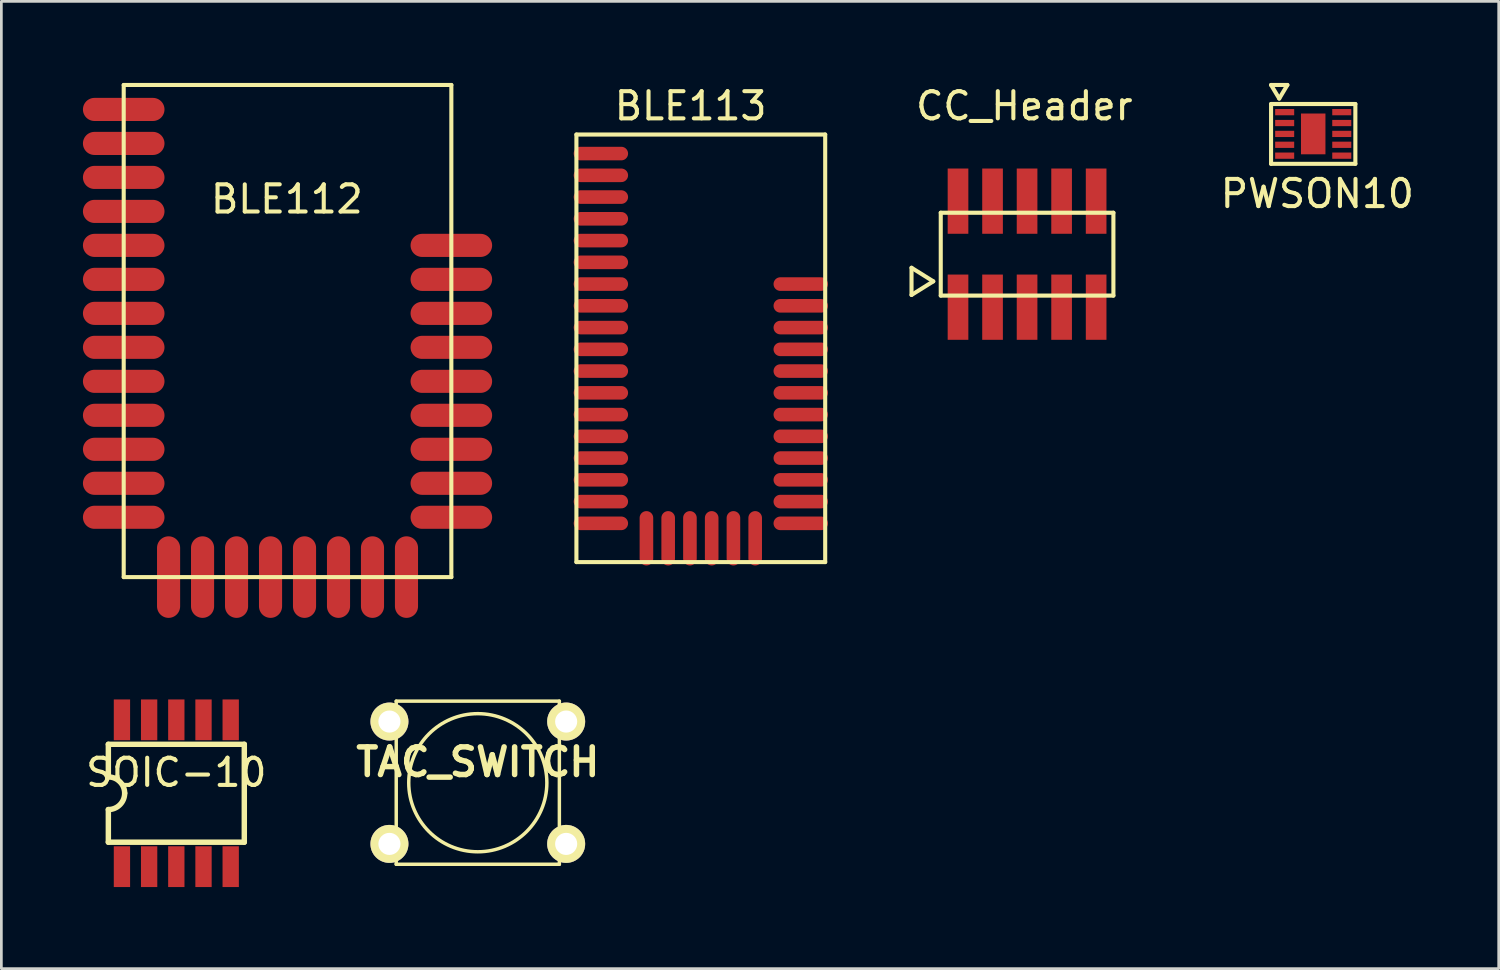
<source format=kicad_pcb>
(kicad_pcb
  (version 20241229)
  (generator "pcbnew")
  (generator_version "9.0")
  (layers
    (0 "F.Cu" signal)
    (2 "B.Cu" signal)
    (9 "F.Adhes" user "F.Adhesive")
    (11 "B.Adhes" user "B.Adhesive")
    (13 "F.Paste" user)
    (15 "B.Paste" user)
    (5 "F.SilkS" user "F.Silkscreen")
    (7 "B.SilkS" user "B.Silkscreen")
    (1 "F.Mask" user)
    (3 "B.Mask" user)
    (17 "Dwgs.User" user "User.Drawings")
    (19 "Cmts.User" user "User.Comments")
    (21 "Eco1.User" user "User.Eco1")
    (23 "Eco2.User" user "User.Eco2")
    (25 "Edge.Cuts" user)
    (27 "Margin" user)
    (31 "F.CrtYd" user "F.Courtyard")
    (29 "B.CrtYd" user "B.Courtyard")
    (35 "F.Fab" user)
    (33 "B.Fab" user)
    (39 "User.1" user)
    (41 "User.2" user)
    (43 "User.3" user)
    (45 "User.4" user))
  (footprint "CC_Header"
    (layer "F.Cu")
    (at 34.725 6.298)
    (property "Reference" "CC_Header" (at -0.1 -5.45 0) (layer "F.SilkS") (effects (font (size 1 1) (thickness 0.15))))
    (attr through_hole)
    (fp_line (start -4.25 0.5) (end -4.25 1.5) (stroke (width 0.15) (type solid)) (layer "F.SilkS"))
    (fp_line (start -4.25 1.5) (end -3.45 1) (stroke (width 0.15) (type solid)) (layer "F.SilkS"))
    (fp_line (start -3.45 1) (end -4.25 0.5) (stroke (width 0.15) (type solid)) (layer "F.SilkS"))
    (fp_line (start -3.175 -1.524) (end 3.175 -1.524) (stroke (width 0.15) (type solid)) (layer "F.SilkS"))
    (fp_line (start -3.175 1.524) (end -3.175 -1.524) (stroke (width 0.15) (type solid)) (layer "F.SilkS"))
    (fp_line (start 3.175 -1.524) (end 3.175 1.524) (stroke (width 0.15) (type solid)) (layer "F.SilkS"))
    (fp_line (start 3.175 1.524) (end -3.175 1.524) (stroke (width 0.15) (type solid)) (layer "F.SilkS"))
    (pad "1" smd rect (at -2.54 1.95) (size 0.76 2.4) (layers "F.Cu" "F.Mask" "F.Paste"))
    (pad "2" smd rect (at -2.54 -1.95) (size 0.76 2.4) (layers "F.Cu" "F.Mask" "F.Paste"))
    (pad "3" smd rect (at -1.27 1.95) (size 0.76 2.4) (layers "F.Cu" "F.Mask" "F.Paste"))
    (pad "4" smd rect (at -1.27 -1.95) (size 0.76 2.4) (layers "F.Cu" "F.Mask" "F.Paste"))
    (pad "5" smd rect (at 0 1.95) (size 0.76 2.4) (layers "F.Cu" "F.Mask" "F.Paste"))
    (pad "6" smd rect (at 0 -1.95) (size 0.76 2.4) (layers "F.Cu" "F.Mask" "F.Paste"))
    (pad "7" smd rect (at 1.27 1.95) (size 0.76 2.4) (layers "F.Cu" "F.Mask" "F.Paste"))
    (pad "8" smd rect (at 1.27 -1.95) (size 0.76 2.4) (layers "F.Cu" "F.Mask" "F.Paste"))
    (pad "9" smd rect (at 2.54 1.95) (size 0.76 2.4) (layers "F.Cu" "F.Mask" "F.Paste"))
    (pad "10" smd rect (at 2.54 -1.95) (size 0.76 2.4) (layers "F.Cu" "F.Mask" "F.Paste")))
  (footprint "TAC_SWITCH"
    (layer "F.Cu")
    (at 14.523 25.738)
    (property "Reference" "TAC_SWITCH" (at 0 -0.762 0) (layer "F.SilkS") (effects (font (size 1.016 1.016) (thickness 0.203))))
    (attr through_hole)
    (fp_line (start -3 -3) (end -3 3) (stroke (width 0.127) (type solid)) (layer "F.SilkS"))
    (fp_line (start -3 -3) (end 3 -3) (stroke (width 0.127) (type solid)) (layer "F.SilkS"))
    (fp_line (start 3 -3) (end 3 3) (stroke (width 0.127) (type solid)) (layer "F.SilkS"))
    (fp_line (start 3 3) (end -3 3) (stroke (width 0.127) (type solid)) (layer "F.SilkS"))
    (fp_circle (center 0 0) (end 0 -2.54) (stroke (width 0.127) (type solid)) (fill no) (layer "F.SilkS"))
    (pad "1" thru_hole circle (at -3.25 -2.25) (size 1.397 1.397) (drill 0.813) (layers "*.Cu" "*.Mask" "F.SilkS"))
    (pad "1" thru_hole circle (at 3.25 -2.25) (size 1.397 1.397) (drill 0.813) (layers "*.Cu" "*.Mask" "F.SilkS"))
    (pad "2" thru_hole circle (at -3.25 2.25) (size 1.397 1.397) (drill 0.813) (layers "*.Cu" "*.Mask" "F.SilkS"))
    (pad "2" thru_hole circle (at 3.25 2.25) (size 1.397 1.397) (drill 0.813) (layers "*.Cu" "*.Mask" "F.SilkS")))
  (footprint "SOIC-10"
    (layer "F.Cu")
    (at 3.435 26.125)
    (property "Reference" "SOIC-10" (at 0 -0.762 0) (layer "F.SilkS") (effects (font (size 1 1) (thickness 0.15))))
    (attr smd)
    (fp_line (start -2.5 -1.8) (end -2.5 -0.6) (stroke (width 0.2) (type solid)) (layer "F.SilkS"))
    (fp_line (start -2.5 -1.8) (end 2.5 -1.8) (stroke (width 0.2) (type solid)) (layer "F.SilkS"))
    (fp_line (start -2.5 0.6) (end -2.5 1.8) (stroke (width 0.2) (type solid)) (layer "F.SilkS"))
    (fp_line (start 2.5 -1.8) (end 2.5 1.8) (stroke (width 0.2) (type solid)) (layer "F.SilkS"))
    (fp_line (start 2.5 1.8) (end -2.5 1.8) (stroke (width 0.2) (type solid)) (layer "F.SilkS"))
    (fp_arc (start -2.5 -0.6) (mid -2.075736 -0.424264) (end -1.9 0) (stroke (width 0.2) (type solid)) (layer "F.SilkS"))
    (fp_arc (start -1.9 0) (mid -2.075736 0.424264) (end -2.5 0.6) (stroke (width 0.2) (type solid)) (layer "F.SilkS"))
    (pad "1" smd rect (at -2 2.7) (size 0.6 1.5) (layers "F.Cu" "F.Mask" "F.Paste"))
    (pad "2" smd rect (at -1 2.7) (size 0.6 1.5) (layers "F.Cu" "F.Mask" "F.Paste"))
    (pad "3" smd rect (at 0 2.7) (size 0.6 1.5) (layers "F.Cu" "F.Mask" "F.Paste"))
    (pad "4" smd rect (at 1 2.7) (size 0.6 1.5) (layers "F.Cu" "F.Mask" "F.Paste"))
    (pad "5" smd rect (at 2 2.7) (size 0.6 1.5) (layers "F.Cu" "F.Mask" "F.Paste"))
    (pad "6" smd rect (at 2 -2.7) (size 0.6 1.5) (layers "F.Cu" "F.Mask" "F.Paste"))
    (pad "7" smd rect (at 1 -2.7) (size 0.6 1.5) (layers "F.Cu" "F.Mask" "F.Paste"))
    (pad "8" smd rect (at 0 -2.7) (size 0.6 1.5) (layers "F.Cu" "F.Mask" "F.Paste"))
    (pad "9" smd rect (at -1 -2.7) (size 0.6 1.5) (layers "F.Cu" "F.Mask" "F.Paste"))
    (pad "10" smd rect (at -2 -2.7) (size 0.6 1.5) (layers "F.Cu" "F.Mask" "F.Paste")))
  (footprint "PWSON10"
    (layer "F.Cu")
    (at 44.199 1.075)
    (property "Reference" "PWSON10" (at 1.2 3 0) (layer "F.SilkS") (effects (font (size 1 1) (thickness 0.15))))
    (attr through_hole)
    (fp_line (start -0.5 -1) (end 0.1 -1) (stroke (width 0.15) (type solid)) (layer "F.SilkS"))
    (fp_line (start -0.5 -0.3) (end 2.6 -0.3) (stroke (width 0.15) (type solid)) (layer "F.SilkS"))
    (fp_line (start -0.5 1.9) (end -0.5 -0.3) (stroke (width 0.15) (type solid)) (layer "F.SilkS"))
    (fp_line (start -0.2 -0.5) (end -0.5 -1) (stroke (width 0.15) (type solid)) (layer "F.SilkS"))
    (fp_line (start 0.1 -1) (end -0.2 -0.5) (stroke (width 0.15) (type solid)) (layer "F.SilkS"))
    (fp_line (start 2.6 -0.3) (end 2.6 1.9) (stroke (width 0.15) (type solid)) (layer "F.SilkS"))
    (fp_line (start 2.6 1.9) (end -0.5 1.9) (stroke (width 0.15) (type solid)) (layer "F.SilkS"))
    (pad "" smd rect (at 1.05 0.8) (size 0.9 1.5) (layers "F.Cu" "F.Mask" "F.Paste"))
    (pad "1" smd rect (at 0 0) (size 0.7 0.23) (layers "F.Cu" "F.Mask" "F.Paste"))
    (pad "2" smd rect (at 0 0.4) (size 0.7 0.23) (layers "F.Cu" "F.Mask" "F.Paste"))
    (pad "3" smd rect (at 0 0.8) (size 0.7 0.23) (layers "F.Cu" "F.Mask" "F.Paste"))
    (pad "4" smd rect (at 0 1.2) (size 0.7 0.23) (layers "F.Cu" "F.Mask" "F.Paste"))
    (pad "5" smd rect (at 0 1.6) (size 0.7 0.23) (layers "F.Cu" "F.Mask" "F.Paste"))
    (pad "6" smd rect (at 2.1 1.6) (size 0.7 0.23) (layers "F.Cu" "F.Mask" "F.Paste"))
    (pad "7" smd rect (at 2.1 1.2) (size 0.7 0.23) (layers "F.Cu" "F.Mask" "F.Paste"))
    (pad "8" smd rect (at 2.1 0.8) (size 0.7 0.23) (layers "F.Cu" "F.Mask" "F.Paste"))
    (pad "9" smd rect (at 2.1 0.4) (size 0.7 0.23) (layers "F.Cu" "F.Mask" "F.Paste"))
    (pad "10" smd rect (at 2.1 0) (size 0.7 0.23) (layers "F.Cu" "F.Mask" "F.Paste")))
  (footprint "BLE113"
    (layer "F.Cu")
    (at 19.05 2.598)
    (property "Reference" "BLE113" (at 3.3 -1.75 0) (layer "F.SilkS") (effects (font (size 1 1) (thickness 0.15))))
    (attr through_hole)
    (fp_line (start -0.9 -0.7) (end -0.9 15.025) (stroke (width 0.15) (type solid)) (layer "F.SilkS"))
    (fp_line (start -0.9 -0.7) (end 8.25 -0.7) (stroke (width 0.15) (type solid)) (layer "F.SilkS"))
    (fp_line (start -0.9 15.025) (end 8.25 15.025) (stroke (width 0.15) (type solid)) (layer "F.SilkS"))
    (fp_line (start 8.25 -0.7) (end 8.25 15.025) (stroke (width 0.15) (type solid)) (layer "F.SilkS"))
    (pad "1" smd oval (at 0 0) (size 2 0.5) (layers "F.Cu" "F.Mask" "F.Paste"))
    (pad "2" smd oval (at 0 0.8) (size 2 0.5) (layers "F.Cu" "F.Mask" "F.Paste"))
    (pad "3" smd oval (at 0 1.6) (size 2 0.5) (layers "F.Cu" "F.Mask" "F.Paste"))
    (pad "4" smd oval (at 0 2.4) (size 2 0.5) (layers "F.Cu" "F.Mask" "F.Paste"))
    (pad "5" smd oval (at 0 3.2) (size 2 0.5) (layers "F.Cu" "F.Mask" "F.Paste"))
    (pad "6" smd oval (at 0 4) (size 2 0.5) (layers "F.Cu" "F.Mask" "F.Paste"))
    (pad "7" smd oval (at 0 4.8) (size 2 0.5) (layers "F.Cu" "F.Mask" "F.Paste"))
    (pad "8" smd oval (at 0 5.6) (size 2 0.5) (layers "F.Cu" "F.Mask" "F.Paste"))
    (pad "9" smd oval (at 0 6.4) (size 2 0.5) (layers "F.Cu" "F.Mask" "F.Paste"))
    (pad "10" smd oval (at 0 7.2) (size 2 0.5) (layers "F.Cu" "F.Mask" "F.Paste"))
    (pad "11" smd oval (at 0 8) (size 2 0.5) (layers "F.Cu" "F.Mask" "F.Paste"))
    (pad "12" smd oval (at 0 8.8) (size 2 0.5) (layers "F.Cu" "F.Mask" "F.Paste"))
    (pad "13" smd oval (at 0 9.6) (size 2 0.5) (layers "F.Cu" "F.Mask" "F.Paste"))
    (pad "14" smd oval (at 0 10.4) (size 2 0.5) (layers "F.Cu" "F.Mask" "F.Paste"))
    (pad "15" smd oval (at 0 11.2) (size 2 0.5) (layers "F.Cu" "F.Mask" "F.Paste"))
    (pad "16" smd oval (at 0 12) (size 2 0.5) (layers "F.Cu" "F.Mask" "F.Paste"))
    (pad "17" smd oval (at 0 12.8) (size 2 0.5) (layers "F.Cu" "F.Mask" "F.Paste"))
    (pad "18" smd oval (at 0 13.6) (size 2 0.5) (layers "F.Cu" "F.Mask" "F.Paste"))
    (pad "19" smd oval (at 1.675 14.15) (size 0.5 2) (layers "F.Cu" "F.Mask" "F.Paste"))
    (pad "20" smd oval (at 2.475 14.15) (size 0.5 2) (layers "F.Cu" "F.Mask" "F.Paste"))
    (pad "21" smd oval (at 3.275 14.15) (size 0.5 2) (layers "F.Cu" "F.Mask" "F.Paste"))
    (pad "22" smd oval (at 4.075 14.15) (size 0.5 2) (layers "F.Cu" "F.Mask" "F.Paste"))
    (pad "23" smd oval (at 4.875 14.15) (size 0.5 2) (layers "F.Cu" "F.Mask" "F.Paste"))
    (pad "24" smd oval (at 5.675 14.15) (size 0.5 2) (layers "F.Cu" "F.Mask" "F.Paste"))
    (pad "25" smd oval (at 7.35 13.6) (size 2 0.5) (layers "F.Cu" "F.Mask" "F.Paste"))
    (pad "26" smd oval (at 7.35 12.8) (size 2 0.5) (layers "F.Cu" "F.Mask" "F.Paste"))
    (pad "27" smd oval (at 7.35 12) (size 2 0.5) (layers "F.Cu" "F.Mask" "F.Paste"))
    (pad "28" smd oval (at 7.35 11.2) (size 2 0.5) (layers "F.Cu" "F.Mask" "F.Paste"))
    (pad "29" smd oval (at 7.35 10.4) (size 2 0.5) (layers "F.Cu" "F.Mask" "F.Paste"))
    (pad "30" smd oval (at 7.35 9.6) (size 2 0.5) (layers "F.Cu" "F.Mask" "F.Paste"))
    (pad "31" smd oval (at 7.35 8.8) (size 2 0.5) (layers "F.Cu" "F.Mask" "F.Paste"))
    (pad "32" smd oval (at 7.35 8) (size 2 0.5) (layers "F.Cu" "F.Mask" "F.Paste"))
    (pad "33" smd oval (at 7.35 7.2) (size 2 0.5) (layers "F.Cu" "F.Mask" "F.Paste"))
    (pad "34" smd oval (at 7.35 6.4) (size 2 0.5) (layers "F.Cu" "F.Mask" "F.Paste"))
    (pad "35" smd oval (at 7.35 5.6) (size 2 0.5) (layers "F.Cu" "F.Mask" "F.Paste"))
    (pad "36" smd oval (at 7.35 4.8) (size 2 0.5) (layers "F.Cu" "F.Mask" "F.Paste")))
  (footprint "BLE112"
    (layer "F.Cu")
    (at 1.5 0.975)
    (property "Reference" "BLE112" (at 6 3.3 0) (layer "F.SilkS") (effects (font (size 1 1) (thickness 0.15))))
    (attr through_hole)
    (fp_line (start 0 -0.9) (end 0 17.2) (stroke (width 0.15) (type solid)) (layer "F.SilkS"))
    (fp_line (start 0 17.2) (end 12.05 17.2) (stroke (width 0.15) (type solid)) (layer "F.SilkS"))
    (fp_line (start 12.05 -0.9) (end 0 -0.9) (stroke (width 0.15) (type solid)) (layer "F.SilkS"))
    (fp_line (start 12.05 17.2) (end 12.05 -0.9) (stroke (width 0.15) (type solid)) (layer "F.SilkS"))
    (pad "1" smd oval (at 0 0) (size 3 0.85) (layers "F.Cu" "F.Mask" "F.Paste"))
    (pad "2" smd oval (at 0 1.25) (size 3 0.85) (layers "F.Cu" "F.Mask" "F.Paste"))
    (pad "3" smd oval (at 0 2.5) (size 3 0.85) (layers "F.Cu" "F.Mask" "F.Paste"))
    (pad "4" smd oval (at 0 3.75) (size 3 0.85) (layers "F.Cu" "F.Mask" "F.Paste"))
    (pad "5" smd oval (at 0 5) (size 3 0.85) (layers "F.Cu" "F.Mask" "F.Paste"))
    (pad "6" smd oval (at 0 6.25) (size 3 0.85) (layers "F.Cu" "F.Mask" "F.Paste"))
    (pad "7" smd oval (at 0 7.5) (size 3 0.85) (layers "F.Cu" "F.Mask" "F.Paste"))
    (pad "8" smd oval (at 0 8.75) (size 3 0.85) (layers "F.Cu" "F.Mask" "F.Paste"))
    (pad "9" smd oval (at 0 10) (size 3 0.85) (layers "F.Cu" "F.Mask" "F.Paste"))
    (pad "10" smd oval (at 0 11.25) (size 3 0.85) (layers "F.Cu" "F.Mask" "F.Paste"))
    (pad "11" smd oval (at 0 12.5) (size 3 0.85) (layers "F.Cu" "F.Mask" "F.Paste"))
    (pad "12" smd oval (at 0 13.75) (size 3 0.85) (layers "F.Cu" "F.Mask" "F.Paste"))
    (pad "13" smd oval (at 0 15) (size 3 0.85) (layers "F.Cu" "F.Mask" "F.Paste"))
    (pad "14" smd oval (at 1.65 17.2) (size 0.85 3) (layers "F.Cu" "F.Mask" "F.Paste"))
    (pad "15" smd oval (at 2.9 17.2) (size 0.85 3) (layers "F.Cu" "F.Mask" "F.Paste"))
    (pad "16" smd oval (at 4.15 17.2) (size 0.85 3) (layers "F.Cu" "F.Mask" "F.Paste"))
    (pad "17" smd oval (at 5.4 17.2) (size 0.85 3) (layers "F.Cu" "F.Mask" "F.Paste"))
    (pad "18" smd oval (at 6.65 17.2) (size 0.85 3) (layers "F.Cu" "F.Mask" "F.Paste"))
    (pad "19" smd oval (at 7.9 17.2) (size 0.85 3) (layers "F.Cu" "F.Mask" "F.Paste"))
    (pad "20" smd oval (at 9.15 17.2) (size 0.85 3) (layers "F.Cu" "F.Mask" "F.Paste"))
    (pad "21" smd oval (at 10.4 17.2) (size 0.85 3) (layers "F.Cu" "F.Mask" "F.Paste"))
    (pad "22" smd oval (at 12.05 15) (size 3 0.85) (layers "F.Cu" "F.Mask" "F.Paste"))
    (pad "23" smd oval (at 12.05 13.75) (size 3 0.85) (layers "F.Cu" "F.Mask" "F.Paste"))
    (pad "24" smd oval (at 12.05 12.5) (size 3 0.85) (layers "F.Cu" "F.Mask" "F.Paste"))
    (pad "25" smd oval (at 12.05 11.25) (size 3 0.85) (layers "F.Cu" "F.Mask" "F.Paste"))
    (pad "26" smd oval (at 12.05 10) (size 3 0.85) (layers "F.Cu" "F.Mask" "F.Paste"))
    (pad "27" smd oval (at 12.05 8.75) (size 3 0.85) (layers "F.Cu" "F.Mask" "F.Paste"))
    (pad "28" smd oval (at 12.05 7.5) (size 3 0.85) (layers "F.Cu" "F.Mask" "F.Paste"))
    (pad "29" smd oval (at 12.05 6.25) (size 3 0.85) (layers "F.Cu" "F.Mask" "F.Paste"))
    (pad "30" smd oval (at 12.05 5) (size 3 0.85) (layers "F.Cu" "F.Mask" "F.Paste")))
  (gr_rect
    (start -3 -3)
    (end 52.071 32.575)
    (stroke (width 0.1) (type default))
    (fill no)
    (layer "Edge.Cuts")))
</source>
